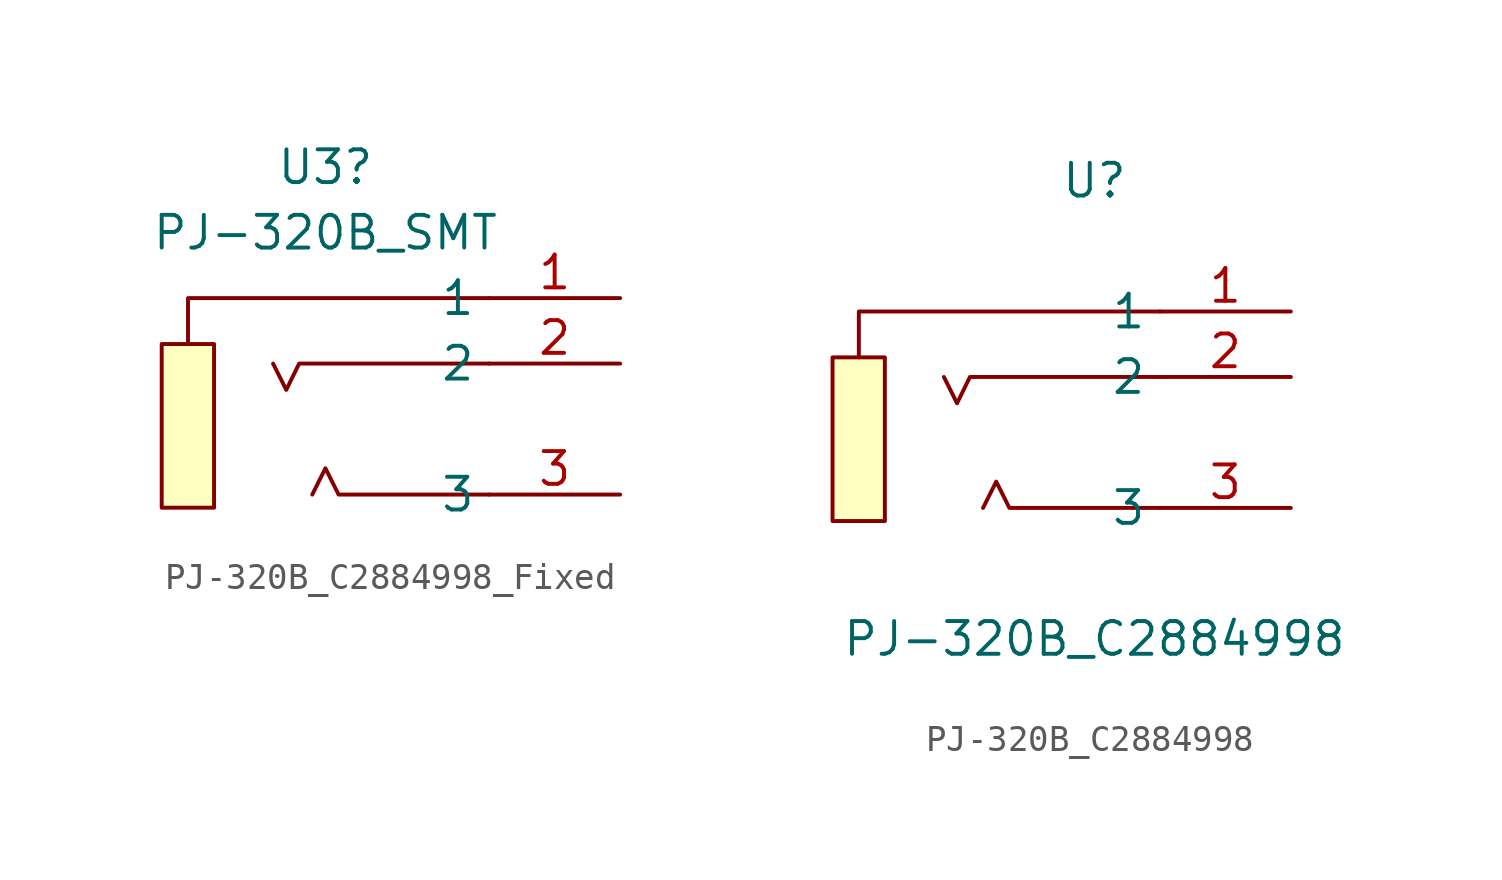
<source format=kicad_sym>
(kicad_symbol_lib
  (version 20231120)
  (generator "kicad_symbol_editor")
  (generator_version "8.99")
  (symbol "PJ-320B_C2884998_Fixed"
    (property "Reference" "U3"
      (at -3.81 10.16 0)
      (effects (font (size 1.27 1.27))))
    (property "Value" "PJ-320B_SMT"
      (at -3.81 7.62 0)
      (effects (font (size 1.27 1.27))))
    (symbol "PJ-320B_C2884998_Fixed_0_1"
      (rectangle (start -10.16 3.3) (end -8.13 -3.05) (stroke (width 0) (type default)) (fill (type background)))
      (polyline (pts (xy 2.54 5.08) (xy -9.14 5.08) (xy -9.14 3.3)) (stroke (width 0) (type default)) (fill (type none)))
      (polyline (pts (xy 2.54 2.54) (xy -4.83 2.54) (xy -5.33 1.52) (xy -5.84 2.54)) (stroke (width 0) (type default)) (fill (type none)))
      (polyline (pts (xy 2.54 -2.54) (xy -3.3 -2.54) (xy -3.81 -1.52) (xy -4.32 -2.54)) (stroke (width 0) (type default)) (fill (type none))))
    (symbol "PJ-320B_C2884998_Fixed_1_1"
      (pin power_in line (at 7.62 5.08 180) (length 5.08) (name "1" (effects (font (size 1.27 1.27)))) (number "1" (effects (font (size 1.27 1.27)))))
      (pin output line (at 7.62 2.54 180) (length 5.08) (name "2" (effects (font (size 1.27 1.27)))) (number "2" (effects (font (size 1.27 1.27)))))
      (pin passive line (at 7.62 -2.54 180) (length 5.08) (name "3" (effects (font (size 1.27 1.27)))) (number "3" (effects (font (size 1.27 1.27)))))))
  (symbol "PJ-320B_C2884998"
    (property "Reference" "U"
      (at 0 10.16 0)
      (effects (font (size 1.27 1.27))))
    (property "Value" "PJ-320B_C2884998"
      (at 0 -7.62 0)
      (effects (font (size 1.27 1.27))))
    (symbol "PJ-320B_C2884998_0_1"
      (rectangle (start -10.16 3.3) (end -8.13 -3.05) (stroke (width 0) (type default)) (fill (type background)))
      (polyline (pts (xy 2.54 5.08) (xy -9.14 5.08) (xy -9.14 3.3)) (stroke (width 0) (type default)) (fill (type none)))
      (polyline (pts (xy 2.54 2.54) (xy -4.83 2.54) (xy -5.33 1.52) (xy -5.84 2.54)) (stroke (width 0) (type default)) (fill (type none)))
      (polyline (pts (xy 2.54 -2.54) (xy -3.3 -2.54) (xy -3.81 -1.52) (xy -4.32 -2.54)) (stroke (width 0) (type default)) (fill (type none)))
      (pin unspecified line (at 7.62 5.08 180) (length 5.08) (name "1" (effects (font (size 1.27 1.27)))) (number "1" (effects (font (size 1.27 1.27)))))
      (pin unspecified line (at 7.62 2.54 180) (length 5.08) (name "2" (effects (font (size 1.27 1.27)))) (number "2" (effects (font (size 1.27 1.27)))))
      (pin unspecified line (at 7.62 -2.54 180) (length 5.08) (name "3" (effects (font (size 1.27 1.27)))) (number "3" (effects (font (size 1.27 1.27))))))))
</source>
